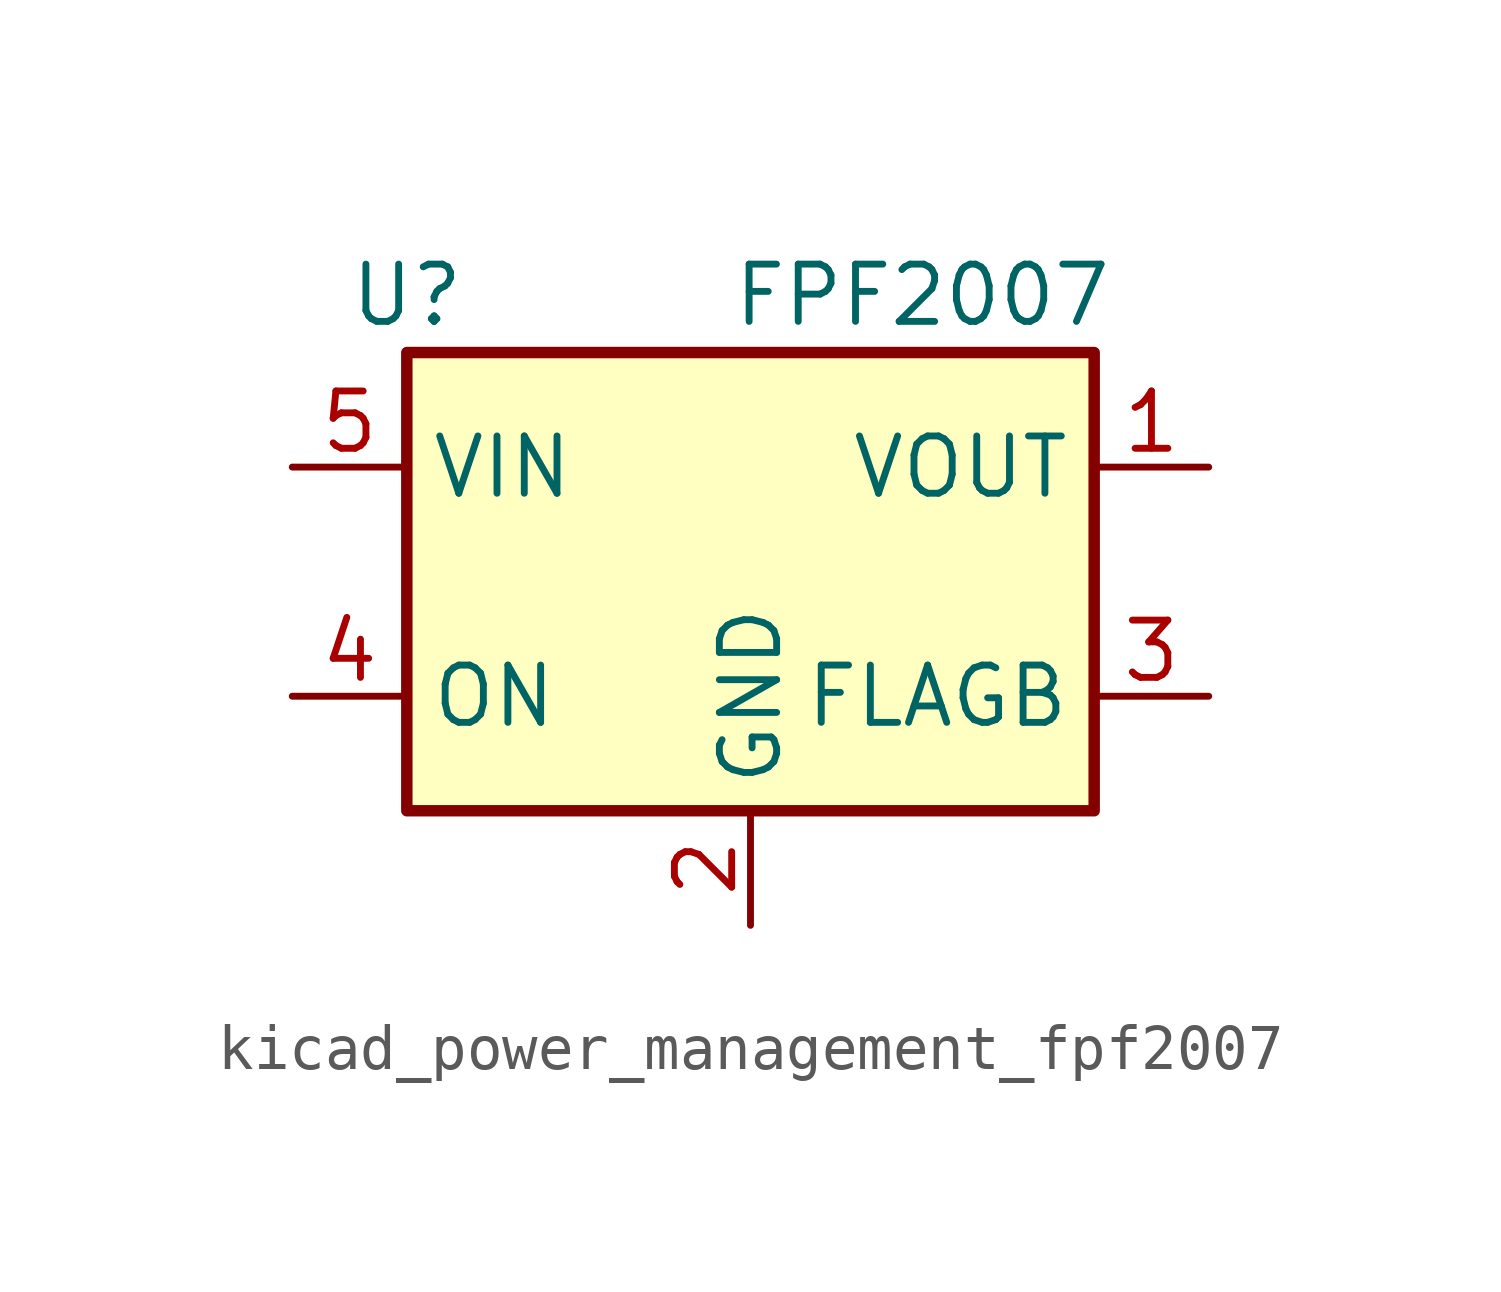
<source format=kicad_sym>
(kicad_symbol_lib
  (version 20220914)
  (generator kicad_symbol_editor)
  (symbol "kicad_power_management_fpf2007"
    (property "Reference" "U"
      (at -7.62 6.35 0)
      (effects (font (size 1.27 1.27))))
    (property "Value" "FPF2007"
      (at 3.81 6.35 0)
      (effects (font (size 1.27 1.27))))
    (symbol "kicad_power_management_fpf2007_0_1"
      (rectangle (start -7.62 5.08) (end 7.62 -5.08) (stroke (width 0.254) (type default)) (fill (type background))))
    (symbol "kicad_power_management_fpf2007_1_1"
      (pin power_out line (at 10.16 2.54 180) (length 2.54) (name "VOUT" (effects (font (size 1.27 1.27)))) (number "1" (effects (font (size 1.27 1.27)))))
      (pin power_in line (at 0 -7.62 90) (length 2.54) (name "GND" (effects (font (size 1.27 1.27)))) (number "2" (effects (font (size 1.27 1.27)))))
      (pin open_collector line (at 10.16 -2.54 180) (length 2.54) (name "FLAGB" (effects (font (size 1.27 1.27)))) (number "3" (effects (font (size 1.27 1.27)))))
      (pin input line (at -10.16 -2.54 0) (length 2.54) (name "ON" (effects (font (size 1.27 1.27)))) (number "4" (effects (font (size 1.27 1.27)))))
      (pin power_in line (at -10.16 2.54 0) (length 2.54) (name "VIN" (effects (font (size 1.27 1.27)))) (number "5" (effects (font (size 1.27 1.27))))))))
</source>
